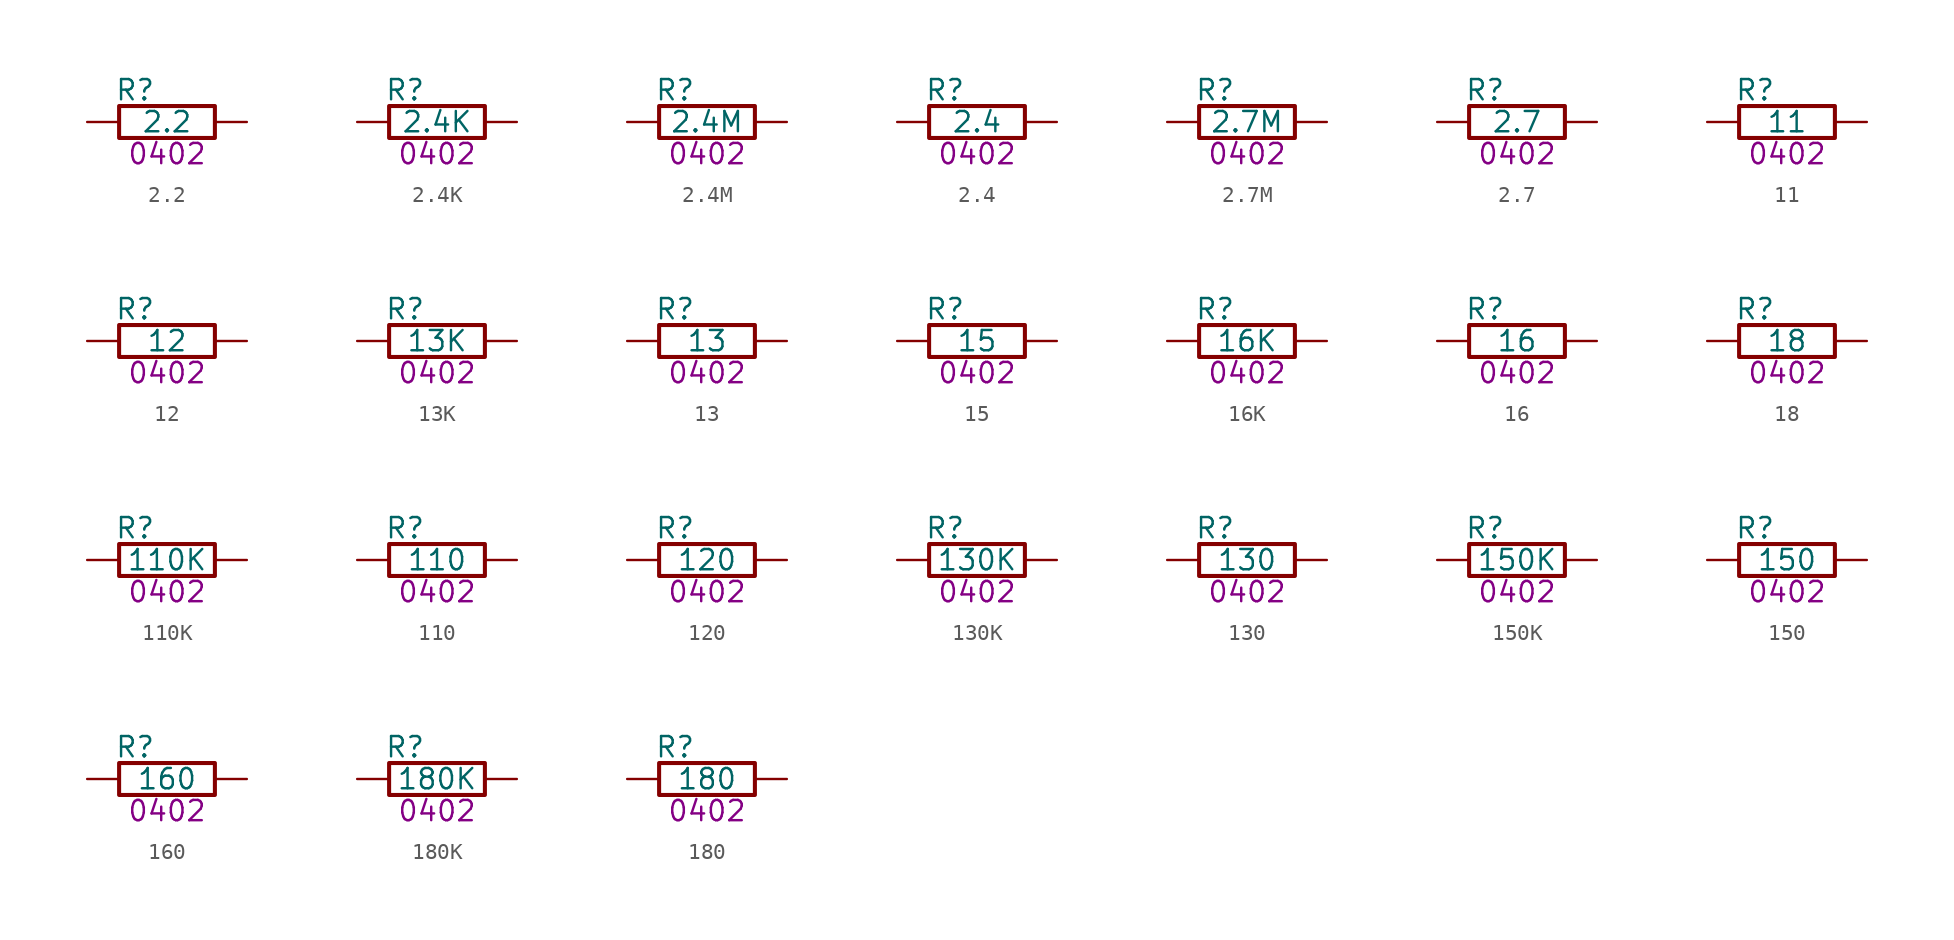
<source format=kicad_sym>
(kicad_symbol_lib
  (version 20211014)
  (generator kicad_symbol_editor)
  (symbol "2.2"
    (pin_numbers hide)
    (pin_names hide)
    (property "Reference" "R"
      (at -2 1 0)
      (effects (font (size 1.27 1.27))))
    (property "Value" "2.2"
      (at 0 -1 0)
      (effects (font (size 1.27 1.27))))
    (property "Size" "0402"
      (at 0 -3 0)
      (effects (font (size 1.27 1.27))))
    (symbol "2.2_0_1"
      (rectangle (start -3 0) (end 3 -2) (stroke (width 0.254) (type default) (color 0 0 0 0)) (fill (type none))))
    (symbol "2.2_1_1"
      (pin passive line (at -5 -1 0) (length 2) (name "~" (effects (font (size 1.27 1.27)))) (number "1" (effects (font (size 1.27 1.27)))))
      (pin passive line (at 5 -1 180) (length 2) (name "~" (effects (font (size 1.27 1.27)))) (number "2" (effects (font (size 1.27 1.27)))))))
  (symbol "2.4K"
    (pin_numbers hide)
    (pin_names hide)
    (property "Reference" "R"
      (at -2 1 0)
      (effects (font (size 1.27 1.27))))
    (property "Value" "2.4K"
      (at 0 -1 0)
      (effects (font (size 1.27 1.27))))
    (property "Size" "0402"
      (at 0 -3 0)
      (effects (font (size 1.27 1.27))))
    (symbol "2.4K_0_1"
      (rectangle (start -3 0) (end 3 -2) (stroke (width 0.254) (type default) (color 0 0 0 0)) (fill (type none))))
    (symbol "2.4K_1_1"
      (pin passive line (at -5 -1 0) (length 2) (name "~" (effects (font (size 1.27 1.27)))) (number "1" (effects (font (size 1.27 1.27)))))
      (pin passive line (at 5 -1 180) (length 2) (name "~" (effects (font (size 1.27 1.27)))) (number "2" (effects (font (size 1.27 1.27)))))))
  (symbol "2.4M"
    (pin_numbers hide)
    (pin_names hide)
    (property "Reference" "R"
      (at -2 1 0)
      (effects (font (size 1.27 1.27))))
    (property "Value" "2.4M"
      (at 0 -1 0)
      (effects (font (size 1.27 1.27))))
    (property "Size" "0402"
      (at 0 -3 0)
      (effects (font (size 1.27 1.27))))
    (symbol "2.4M_0_1"
      (rectangle (start -3 0) (end 3 -2) (stroke (width 0.254) (type default) (color 0 0 0 0)) (fill (type none))))
    (symbol "2.4M_1_1"
      (pin passive line (at -5 -1 0) (length 2) (name "~" (effects (font (size 1.27 1.27)))) (number "1" (effects (font (size 1.27 1.27)))))
      (pin passive line (at 5 -1 180) (length 2) (name "~" (effects (font (size 1.27 1.27)))) (number "2" (effects (font (size 1.27 1.27)))))))
  (symbol "2.4"
    (pin_numbers hide)
    (pin_names hide)
    (property "Reference" "R"
      (at -2 1 0)
      (effects (font (size 1.27 1.27))))
    (property "Value" "2.4"
      (at 0 -1 0)
      (effects (font (size 1.27 1.27))))
    (property "Size" "0402"
      (at 0 -3 0)
      (effects (font (size 1.27 1.27))))
    (symbol "2.4_0_1"
      (rectangle (start -3 0) (end 3 -2) (stroke (width 0.254) (type default) (color 0 0 0 0)) (fill (type none))))
    (symbol "2.4_1_1"
      (pin passive line (at -5 -1 0) (length 2) (name "~" (effects (font (size 1.27 1.27)))) (number "1" (effects (font (size 1.27 1.27)))))
      (pin passive line (at 5 -1 180) (length 2) (name "~" (effects (font (size 1.27 1.27)))) (number "2" (effects (font (size 1.27 1.27)))))))
  (symbol "2.7M"
    (pin_numbers hide)
    (pin_names hide)
    (property "Reference" "R"
      (at -2 1 0)
      (effects (font (size 1.27 1.27))))
    (property "Value" "2.7M"
      (at 0 -1 0)
      (effects (font (size 1.27 1.27))))
    (property "Size" "0402"
      (at 0 -3 0)
      (effects (font (size 1.27 1.27))))
    (symbol "2.7M_0_1"
      (rectangle (start -3 0) (end 3 -2) (stroke (width 0.254) (type default) (color 0 0 0 0)) (fill (type none))))
    (symbol "2.7M_1_1"
      (pin passive line (at -5 -1 0) (length 2) (name "~" (effects (font (size 1.27 1.27)))) (number "1" (effects (font (size 1.27 1.27)))))
      (pin passive line (at 5 -1 180) (length 2) (name "~" (effects (font (size 1.27 1.27)))) (number "2" (effects (font (size 1.27 1.27)))))))
  (symbol "2.7"
    (pin_numbers hide)
    (pin_names hide)
    (property "Reference" "R"
      (at -2 1 0)
      (effects (font (size 1.27 1.27))))
    (property "Value" "2.7"
      (at 0 -1 0)
      (effects (font (size 1.27 1.27))))
    (property "Size" "0402"
      (at 0 -3 0)
      (effects (font (size 1.27 1.27))))
    (symbol "2.7_0_1"
      (rectangle (start -3 0) (end 3 -2) (stroke (width 0.254) (type default) (color 0 0 0 0)) (fill (type none))))
    (symbol "2.7_1_1"
      (pin passive line (at -5 -1 0) (length 2) (name "~" (effects (font (size 1.27 1.27)))) (number "1" (effects (font (size 1.27 1.27)))))
      (pin passive line (at 5 -1 180) (length 2) (name "~" (effects (font (size 1.27 1.27)))) (number "2" (effects (font (size 1.27 1.27)))))))
  (symbol "11"
    (pin_numbers hide)
    (pin_names hide)
    (property "Reference" "R"
      (at -2 1 0)
      (effects (font (size 1.27 1.27))))
    (property "Value" "11"
      (at 0 -1 0)
      (effects (font (size 1.27 1.27))))
    (property "Size" "0402"
      (at 0 -3 0)
      (effects (font (size 1.27 1.27))))
    (symbol "11_0_1"
      (rectangle (start -3 0) (end 3 -2) (stroke (width 0.254) (type default) (color 0 0 0 0)) (fill (type none))))
    (symbol "11_1_1"
      (pin passive line (at -5 -1 0) (length 2) (name "~" (effects (font (size 1.27 1.27)))) (number "1" (effects (font (size 1.27 1.27)))))
      (pin passive line (at 5 -1 180) (length 2) (name "~" (effects (font (size 1.27 1.27)))) (number "2" (effects (font (size 1.27 1.27)))))))
  (symbol "12"
    (pin_numbers hide)
    (pin_names hide)
    (property "Reference" "R"
      (at -2 1 0)
      (effects (font (size 1.27 1.27))))
    (property "Value" "12"
      (at 0 -1 0)
      (effects (font (size 1.27 1.27))))
    (property "Size" "0402"
      (at 0 -3 0)
      (effects (font (size 1.27 1.27))))
    (symbol "12_0_1"
      (rectangle (start -3 0) (end 3 -2) (stroke (width 0.254) (type default) (color 0 0 0 0)) (fill (type none))))
    (symbol "12_1_1"
      (pin passive line (at -5 -1 0) (length 2) (name "~" (effects (font (size 1.27 1.27)))) (number "1" (effects (font (size 1.27 1.27)))))
      (pin passive line (at 5 -1 180) (length 2) (name "~" (effects (font (size 1.27 1.27)))) (number "2" (effects (font (size 1.27 1.27)))))))
  (symbol "13K"
    (pin_numbers hide)
    (pin_names hide)
    (property "Reference" "R"
      (at -2 1 0)
      (effects (font (size 1.27 1.27))))
    (property "Value" "13K"
      (at 0 -1 0)
      (effects (font (size 1.27 1.27))))
    (property "Size" "0402"
      (at 0 -3 0)
      (effects (font (size 1.27 1.27))))
    (symbol "13K_0_1"
      (rectangle (start -3 0) (end 3 -2) (stroke (width 0.254) (type default) (color 0 0 0 0)) (fill (type none))))
    (symbol "13K_1_1"
      (pin passive line (at -5 -1 0) (length 2) (name "~" (effects (font (size 1.27 1.27)))) (number "1" (effects (font (size 1.27 1.27)))))
      (pin passive line (at 5 -1 180) (length 2) (name "~" (effects (font (size 1.27 1.27)))) (number "2" (effects (font (size 1.27 1.27)))))))
  (symbol "13"
    (pin_numbers hide)
    (pin_names hide)
    (property "Reference" "R"
      (at -2 1 0)
      (effects (font (size 1.27 1.27))))
    (property "Value" "13"
      (at 0 -1 0)
      (effects (font (size 1.27 1.27))))
    (property "Size" "0402"
      (at 0 -3 0)
      (effects (font (size 1.27 1.27))))
    (symbol "13_0_1"
      (rectangle (start -3 0) (end 3 -2) (stroke (width 0.254) (type default) (color 0 0 0 0)) (fill (type none))))
    (symbol "13_1_1"
      (pin passive line (at -5 -1 0) (length 2) (name "~" (effects (font (size 1.27 1.27)))) (number "1" (effects (font (size 1.27 1.27)))))
      (pin passive line (at 5 -1 180) (length 2) (name "~" (effects (font (size 1.27 1.27)))) (number "2" (effects (font (size 1.27 1.27)))))))
  (symbol "15"
    (pin_numbers hide)
    (pin_names hide)
    (property "Reference" "R"
      (at -2 1 0)
      (effects (font (size 1.27 1.27))))
    (property "Value" "15"
      (at 0 -1 0)
      (effects (font (size 1.27 1.27))))
    (property "Size" "0402"
      (at 0 -3 0)
      (effects (font (size 1.27 1.27))))
    (symbol "15_0_1"
      (rectangle (start -3 0) (end 3 -2) (stroke (width 0.254) (type default) (color 0 0 0 0)) (fill (type none))))
    (symbol "15_1_1"
      (pin passive line (at -5 -1 0) (length 2) (name "~" (effects (font (size 1.27 1.27)))) (number "1" (effects (font (size 1.27 1.27)))))
      (pin passive line (at 5 -1 180) (length 2) (name "~" (effects (font (size 1.27 1.27)))) (number "2" (effects (font (size 1.27 1.27)))))))
  (symbol "16K"
    (pin_numbers hide)
    (pin_names hide)
    (property "Reference" "R"
      (at -2 1 0)
      (effects (font (size 1.27 1.27))))
    (property "Value" "16K"
      (at 0 -1 0)
      (effects (font (size 1.27 1.27))))
    (property "Size" "0402"
      (at 0 -3 0)
      (effects (font (size 1.27 1.27))))
    (symbol "16K_0_1"
      (rectangle (start -3 0) (end 3 -2) (stroke (width 0.254) (type default) (color 0 0 0 0)) (fill (type none))))
    (symbol "16K_1_1"
      (pin passive line (at -5 -1 0) (length 2) (name "~" (effects (font (size 1.27 1.27)))) (number "1" (effects (font (size 1.27 1.27)))))
      (pin passive line (at 5 -1 180) (length 2) (name "~" (effects (font (size 1.27 1.27)))) (number "2" (effects (font (size 1.27 1.27)))))))
  (symbol "16"
    (pin_numbers hide)
    (pin_names hide)
    (property "Reference" "R"
      (at -2 1 0)
      (effects (font (size 1.27 1.27))))
    (property "Value" "16"
      (at 0 -1 0)
      (effects (font (size 1.27 1.27))))
    (property "Size" "0402"
      (at 0 -3 0)
      (effects (font (size 1.27 1.27))))
    (symbol "16_0_1"
      (rectangle (start -3 0) (end 3 -2) (stroke (width 0.254) (type default) (color 0 0 0 0)) (fill (type none))))
    (symbol "16_1_1"
      (pin passive line (at -5 -1 0) (length 2) (name "~" (effects (font (size 1.27 1.27)))) (number "1" (effects (font (size 1.27 1.27)))))
      (pin passive line (at 5 -1 180) (length 2) (name "~" (effects (font (size 1.27 1.27)))) (number "2" (effects (font (size 1.27 1.27)))))))
  (symbol "18"
    (pin_numbers hide)
    (pin_names hide)
    (property "Reference" "R"
      (at -2 1 0)
      (effects (font (size 1.27 1.27))))
    (property "Value" "18"
      (at 0 -1 0)
      (effects (font (size 1.27 1.27))))
    (property "Size" "0402"
      (at 0 -3 0)
      (effects (font (size 1.27 1.27))))
    (symbol "18_0_1"
      (rectangle (start -3 0) (end 3 -2) (stroke (width 0.254) (type default) (color 0 0 0 0)) (fill (type none))))
    (symbol "18_1_1"
      (pin passive line (at -5 -1 0) (length 2) (name "~" (effects (font (size 1.27 1.27)))) (number "1" (effects (font (size 1.27 1.27)))))
      (pin passive line (at 5 -1 180) (length 2) (name "~" (effects (font (size 1.27 1.27)))) (number "2" (effects (font (size 1.27 1.27)))))))
  (symbol "110K"
    (pin_numbers hide)
    (pin_names hide)
    (property "Reference" "R"
      (at -2 1 0)
      (effects (font (size 1.27 1.27))))
    (property "Value" "110K"
      (at 0 -1 0)
      (effects (font (size 1.27 1.27))))
    (property "Size" "0402"
      (at 0 -3 0)
      (effects (font (size 1.27 1.27))))
    (symbol "110K_0_1"
      (rectangle (start -3 0) (end 3 -2) (stroke (width 0.254) (type default) (color 0 0 0 0)) (fill (type none))))
    (symbol "110K_1_1"
      (pin passive line (at -5 -1 0) (length 2) (name "~" (effects (font (size 1.27 1.27)))) (number "1" (effects (font (size 1.27 1.27)))))
      (pin passive line (at 5 -1 180) (length 2) (name "~" (effects (font (size 1.27 1.27)))) (number "2" (effects (font (size 1.27 1.27)))))))
  (symbol "110"
    (pin_numbers hide)
    (pin_names hide)
    (property "Reference" "R"
      (at -2 1 0)
      (effects (font (size 1.27 1.27))))
    (property "Value" "110"
      (at 0 -1 0)
      (effects (font (size 1.27 1.27))))
    (property "Size" "0402"
      (at 0 -3 0)
      (effects (font (size 1.27 1.27))))
    (symbol "110_0_1"
      (rectangle (start -3 0) (end 3 -2) (stroke (width 0.254) (type default) (color 0 0 0 0)) (fill (type none))))
    (symbol "110_1_1"
      (pin passive line (at -5 -1 0) (length 2) (name "~" (effects (font (size 1.27 1.27)))) (number "1" (effects (font (size 1.27 1.27)))))
      (pin passive line (at 5 -1 180) (length 2) (name "~" (effects (font (size 1.27 1.27)))) (number "2" (effects (font (size 1.27 1.27)))))))
  (symbol "120"
    (pin_numbers hide)
    (pin_names hide)
    (property "Reference" "R"
      (at -2 1 0)
      (effects (font (size 1.27 1.27))))
    (property "Value" "120"
      (at 0 -1 0)
      (effects (font (size 1.27 1.27))))
    (property "Size" "0402"
      (at 0 -3 0)
      (effects (font (size 1.27 1.27))))
    (symbol "120_0_1"
      (rectangle (start -3 0) (end 3 -2) (stroke (width 0.254) (type default) (color 0 0 0 0)) (fill (type none))))
    (symbol "120_1_1"
      (pin passive line (at -5 -1 0) (length 2) (name "~" (effects (font (size 1.27 1.27)))) (number "1" (effects (font (size 1.27 1.27)))))
      (pin passive line (at 5 -1 180) (length 2) (name "~" (effects (font (size 1.27 1.27)))) (number "2" (effects (font (size 1.27 1.27)))))))
  (symbol "130K"
    (pin_numbers hide)
    (pin_names hide)
    (property "Reference" "R"
      (at -2 1 0)
      (effects (font (size 1.27 1.27))))
    (property "Value" "130K"
      (at 0 -1 0)
      (effects (font (size 1.27 1.27))))
    (property "Size" "0402"
      (at 0 -3 0)
      (effects (font (size 1.27 1.27))))
    (symbol "130K_0_1"
      (rectangle (start -3 0) (end 3 -2) (stroke (width 0.254) (type default) (color 0 0 0 0)) (fill (type none))))
    (symbol "130K_1_1"
      (pin passive line (at -5 -1 0) (length 2) (name "~" (effects (font (size 1.27 1.27)))) (number "1" (effects (font (size 1.27 1.27)))))
      (pin passive line (at 5 -1 180) (length 2) (name "~" (effects (font (size 1.27 1.27)))) (number "2" (effects (font (size 1.27 1.27)))))))
  (symbol "130"
    (pin_numbers hide)
    (pin_names hide)
    (property "Reference" "R"
      (at -2 1 0)
      (effects (font (size 1.27 1.27))))
    (property "Value" "130"
      (at 0 -1 0)
      (effects (font (size 1.27 1.27))))
    (property "Size" "0402"
      (at 0 -3 0)
      (effects (font (size 1.27 1.27))))
    (symbol "130_0_1"
      (rectangle (start -3 0) (end 3 -2) (stroke (width 0.254) (type default) (color 0 0 0 0)) (fill (type none))))
    (symbol "130_1_1"
      (pin passive line (at -5 -1 0) (length 2) (name "~" (effects (font (size 1.27 1.27)))) (number "1" (effects (font (size 1.27 1.27)))))
      (pin passive line (at 5 -1 180) (length 2) (name "~" (effects (font (size 1.27 1.27)))) (number "2" (effects (font (size 1.27 1.27)))))))
  (symbol "150K"
    (pin_numbers hide)
    (pin_names hide)
    (property "Reference" "R"
      (at -2 1 0)
      (effects (font (size 1.27 1.27))))
    (property "Value" "150K"
      (at 0 -1 0)
      (effects (font (size 1.27 1.27))))
    (property "Size" "0402"
      (at 0 -3 0)
      (effects (font (size 1.27 1.27))))
    (symbol "150K_0_1"
      (rectangle (start -3 0) (end 3 -2) (stroke (width 0.254) (type default) (color 0 0 0 0)) (fill (type none))))
    (symbol "150K_1_1"
      (pin passive line (at -5 -1 0) (length 2) (name "~" (effects (font (size 1.27 1.27)))) (number "1" (effects (font (size 1.27 1.27)))))
      (pin passive line (at 5 -1 180) (length 2) (name "~" (effects (font (size 1.27 1.27)))) (number "2" (effects (font (size 1.27 1.27)))))))
  (symbol "150"
    (pin_numbers hide)
    (pin_names hide)
    (property "Reference" "R"
      (at -2 1 0)
      (effects (font (size 1.27 1.27))))
    (property "Value" "150"
      (at 0 -1 0)
      (effects (font (size 1.27 1.27))))
    (property "Size" "0402"
      (at 0 -3 0)
      (effects (font (size 1.27 1.27))))
    (symbol "150_0_1"
      (rectangle (start -3 0) (end 3 -2) (stroke (width 0.254) (type default) (color 0 0 0 0)) (fill (type none))))
    (symbol "150_1_1"
      (pin passive line (at -5 -1 0) (length 2) (name "~" (effects (font (size 1.27 1.27)))) (number "1" (effects (font (size 1.27 1.27)))))
      (pin passive line (at 5 -1 180) (length 2) (name "~" (effects (font (size 1.27 1.27)))) (number "2" (effects (font (size 1.27 1.27)))))))
  (symbol "160"
    (pin_numbers hide)
    (pin_names hide)
    (property "Reference" "R"
      (at -2 1 0)
      (effects (font (size 1.27 1.27))))
    (property "Value" "160"
      (at 0 -1 0)
      (effects (font (size 1.27 1.27))))
    (property "Size" "0402"
      (at 0 -3 0)
      (effects (font (size 1.27 1.27))))
    (symbol "160_0_1"
      (rectangle (start -3 0) (end 3 -2) (stroke (width 0.254) (type default) (color 0 0 0 0)) (fill (type none))))
    (symbol "160_1_1"
      (pin passive line (at -5 -1 0) (length 2) (name "~" (effects (font (size 1.27 1.27)))) (number "1" (effects (font (size 1.27 1.27)))))
      (pin passive line (at 5 -1 180) (length 2) (name "~" (effects (font (size 1.27 1.27)))) (number "2" (effects (font (size 1.27 1.27)))))))
  (symbol "180K"
    (pin_numbers hide)
    (pin_names hide)
    (property "Reference" "R"
      (at -2 1 0)
      (effects (font (size 1.27 1.27))))
    (property "Value" "180K"
      (at 0 -1 0)
      (effects (font (size 1.27 1.27))))
    (property "Size" "0402"
      (at 0 -3 0)
      (effects (font (size 1.27 1.27))))
    (symbol "180K_0_1"
      (rectangle (start -3 0) (end 3 -2) (stroke (width 0.254) (type default) (color 0 0 0 0)) (fill (type none))))
    (symbol "180K_1_1"
      (pin passive line (at -5 -1 0) (length 2) (name "~" (effects (font (size 1.27 1.27)))) (number "1" (effects (font (size 1.27 1.27)))))
      (pin passive line (at 5 -1 180) (length 2) (name "~" (effects (font (size 1.27 1.27)))) (number "2" (effects (font (size 1.27 1.27)))))))
  (symbol "180"
    (pin_numbers hide)
    (pin_names hide)
    (property "Reference" "R"
      (at -2 1 0)
      (effects (font (size 1.27 1.27))))
    (property "Value" "180"
      (at 0 -1 0)
      (effects (font (size 1.27 1.27))))
    (property "Size" "0402"
      (at 0 -3 0)
      (effects (font (size 1.27 1.27))))
    (symbol "180_0_1"
      (rectangle (start -3 0) (end 3 -2) (stroke (width 0.254) (type default) (color 0 0 0 0)) (fill (type none))))
    (symbol "180_1_1"
      (pin passive line (at -5 -1 0) (length 2) (name "~" (effects (font (size 1.27 1.27)))) (number "1" (effects (font (size 1.27 1.27)))))
      (pin passive line (at 5 -1 180) (length 2) (name "~" (effects (font (size 1.27 1.27)))) (number "2" (effects (font (size 1.27 1.27))))))))
</source>
